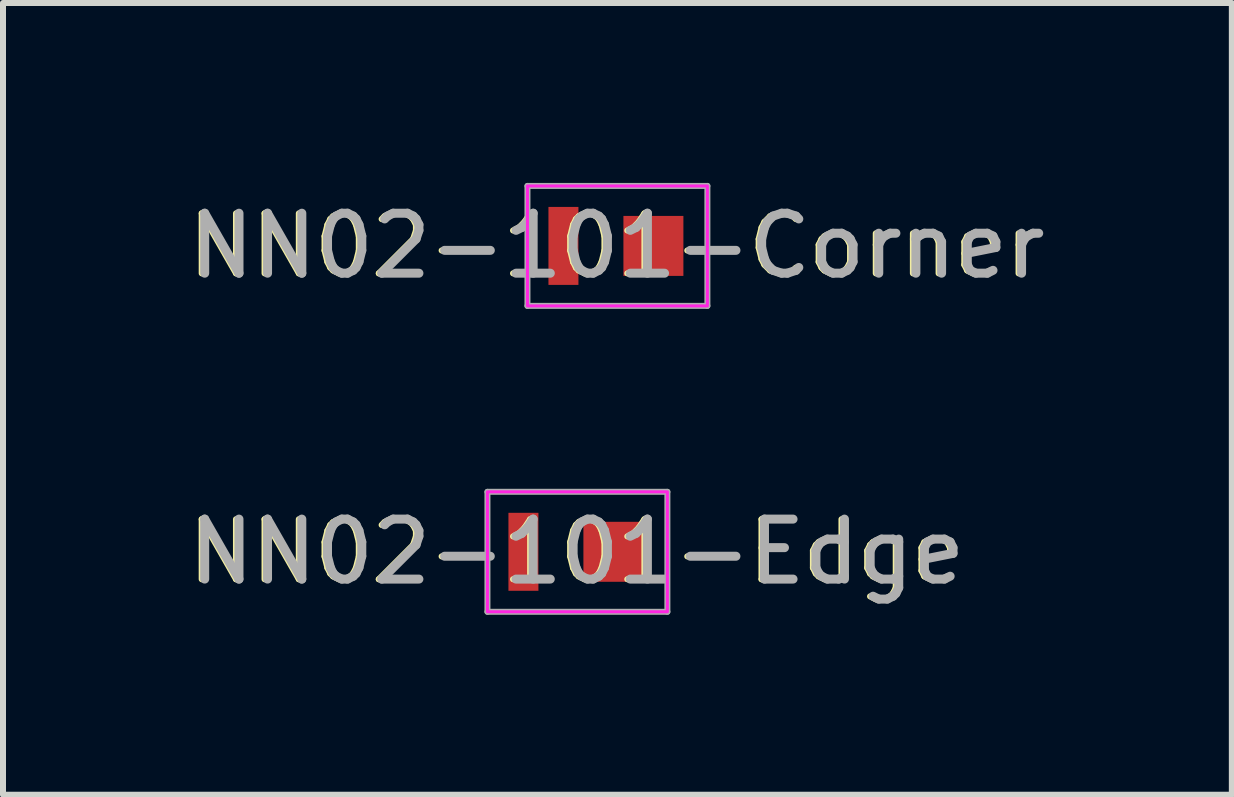
<source format=kicad_pcb>
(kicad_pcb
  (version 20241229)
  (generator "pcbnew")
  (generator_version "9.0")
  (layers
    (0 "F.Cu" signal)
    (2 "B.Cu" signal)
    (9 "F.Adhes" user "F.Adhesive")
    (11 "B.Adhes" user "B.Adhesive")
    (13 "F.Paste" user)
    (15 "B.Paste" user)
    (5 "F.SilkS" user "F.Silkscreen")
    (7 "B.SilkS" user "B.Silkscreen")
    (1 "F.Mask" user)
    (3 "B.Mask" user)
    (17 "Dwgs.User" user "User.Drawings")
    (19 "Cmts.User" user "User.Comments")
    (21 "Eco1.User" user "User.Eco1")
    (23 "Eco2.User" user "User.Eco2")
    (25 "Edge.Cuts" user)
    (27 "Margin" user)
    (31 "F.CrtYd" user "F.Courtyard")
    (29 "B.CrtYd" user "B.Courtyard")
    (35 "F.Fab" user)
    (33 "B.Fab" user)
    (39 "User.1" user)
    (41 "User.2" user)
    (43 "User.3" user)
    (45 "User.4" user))
  (footprint "NN02-101-Corner"
    (layer "F.Cu")
    (at 7.244 1.05)
    (property "Reference" "NN02-101-Corner" (at -0.05 0 0) (unlocked yes) (layer "F.SilkS") (effects (font (size 1 1) (thickness 0.1))))
    (attr smd)
    (fp_rect (start -1.5 -1) (end 1.5 1) (stroke (width 0.05) (type default)) (fill no) (layer "F.CrtYd"))
    (fp_line (start -1.5 1) (end -1.5 -1) (stroke (width 0.1) (type solid)) (layer "F.Fab"))
    (fp_line (start 1.5 -1) (end -1.5 -1) (stroke (width 0.1) (type solid)) (layer "F.Fab"))
    (fp_line (start 1.5 1) (end -1.5 1) (stroke (width 0.1) (type solid)) (layer "F.Fab"))
    (fp_line (start 1.5 1) (end 1.5 -1) (stroke (width 0.1) (type solid)) (layer "F.Fab"))
    (fp_text user "${REFERENCE}" (at 0 0 0) (unlocked yes) (layer "F.Fab") (effects (font (size 1 1) (thickness 0.15))))
    (pad "1" smd rect (at 0.6 0) (size 1 1) (layers "F.Cu" "F.Mask" "F.Paste"))
    (pad "2" smd rect (at -0.9 0) (size 0.5 1.3) (layers "F.Cu" "F.Mask" "F.Paste"))
    (zone (net_name "") (layer "F.Cu") (hatch full 0.508) (connect_pads) (min_thickness 0.01) (filled_areas_thickness no) (keepout (tracks not_allowed) (vias not_allowed) (pads not_allowed) (copperpour not_allowed) (footprints allowed)) (placement (enabled no)) (fill) (polygon (pts (xy 6.594 2.05) (xy 6.094 2.05) (xy 6.094 1.7) (xy 6.594 1.7))))
    (zone (net_name "") (layer "F.Cu") (hatch full 0.508) (connect_pads) (min_thickness 0.01) (filled_areas_thickness no) (keepout (tracks not_allowed) (vias not_allowed) (pads not_allowed) (copperpour not_allowed) (footprints allowed)) (placement (enabled no)) (fill) (polygon (pts (xy 8.344 0.05) (xy 8.344 2.05) (xy 8.744 2.05) (xy 8.744 0.05))))
    (zone (net_name "") (layer "F.Cu") (hatch full 0.508) (connect_pads) (min_thickness 0.01) (filled_areas_thickness no) (keepout (tracks not_allowed) (vias not_allowed) (pads not_allowed) (copperpour not_allowed) (footprints allowed)) (placement (enabled no)) (fill) (polygon (pts (xy 6.094 2.05) (xy 5.744 2.05) (xy 5.744 0.05) (xy 7.344 0.05) (xy 7.344 2.05) (xy 6.594 2.05) (xy 6.594 0.4) (xy 6.094 0.4))))
    (zone (net_name "") (layers "F.Cu" "B.Cu") (hatch full 0.508) (connect_pads) (min_thickness 0.01) (filled_areas_thickness no) (keepout (tracks allowed) (vias not_allowed) (pads allowed) (copperpour allowed) (footprints allowed)) (placement (enabled no)) (fill) (polygon (pts (xy 6.594 2.05) (xy 6.094 2.05) (xy 6.094 1.7) (xy 6.594 1.7))))
    (zone (net_name "") (layers "F.Cu" "B.Cu") (hatch full 0.508) (connect_pads) (min_thickness 0.01) (filled_areas_thickness no) (keepout (tracks allowed) (vias not_allowed) (pads allowed) (copperpour allowed) (footprints allowed)) (placement (enabled no)) (fill) (polygon (pts (xy 8.344 0.05) (xy 8.344 2.05) (xy 8.744 2.05) (xy 8.744 0.05))))
    (zone (net_name "") (layers "F.Cu" "B.Cu") (hatch full 0.508) (connect_pads) (min_thickness 0.01) (filled_areas_thickness no) (keepout (tracks allowed) (vias not_allowed) (pads allowed) (copperpour allowed) (footprints allowed)) (placement (enabled no)) (fill) (polygon (pts (xy 6.094 2.05) (xy 5.744 2.05) (xy 5.744 0.05) (xy 7.344 0.05) (xy 7.344 2.05) (xy 6.594 2.05) (xy 6.594 0.4) (xy 6.094 0.4)))))
  (footprint "NN02-101-Edge"
    (layer "F.Cu")
    (at 6.577 6.15)
    (property "Reference" "NN02-101-Edge" (at -0.05 0 0) (unlocked yes) (layer "F.SilkS") (effects (font (size 1 1) (thickness 0.1))))
    (attr smd)
    (fp_rect (start -1.5 -1) (end 1.5 1) (stroke (width 0.05) (type default)) (fill no) (layer "F.CrtYd"))
    (fp_line (start -1.5 1) (end -1.5 -1) (stroke (width 0.1) (type solid)) (layer "F.Fab"))
    (fp_line (start 1.5 -1) (end -1.5 -1) (stroke (width 0.1) (type solid)) (layer "F.Fab"))
    (fp_line (start 1.5 1) (end -1.5 1) (stroke (width 0.1) (type solid)) (layer "F.Fab"))
    (fp_line (start 1.5 1) (end 1.5 -1) (stroke (width 0.1) (type solid)) (layer "F.Fab"))
    (fp_text user "${REFERENCE}" (at 0 0 0) (unlocked yes) (layer "F.Fab") (effects (font (size 1 1) (thickness 0.15))))
    (pad "1" smd rect (at -0.9 0) (size 0.5 1.3) (layers "F.Cu" "F.Mask" "F.Paste"))
    (pad "2" smd rect (at 0.6 0) (size 1 1) (layers "F.Cu" "F.Mask" "F.Paste"))
    (zone (net_name "") (layer "F.Cu") (hatch full 0.508) (connect_pads) (min_thickness 0.01) (filled_areas_thickness no) (keepout (tracks not_allowed) (vias not_allowed) (pads not_allowed) (copperpour not_allowed) (footprints allowed)) (placement (enabled no)) (fill) (polygon (pts (xy 5.927 7.15) (xy 5.427 7.15) (xy 5.427 6.8) (xy 5.927 6.8))))
    (zone (net_name "") (layer "F.Cu") (hatch full 0.508) (connect_pads) (min_thickness 0.01) (filled_areas_thickness no) (keepout (tracks not_allowed) (vias not_allowed) (pads not_allowed) (copperpour not_allowed) (footprints allowed)) (placement (enabled no)) (fill) (polygon (pts (xy 7.677 5.15) (xy 7.677 7.15) (xy 8.077 7.15) (xy 8.077 5.15))))
    (zone (net_name "") (layer "F.Cu") (hatch full 0.508) (connect_pads) (min_thickness 0.01) (filled_areas_thickness no) (keepout (tracks not_allowed) (vias not_allowed) (pads not_allowed) (copperpour not_allowed) (footprints allowed)) (placement (enabled no)) (fill) (polygon (pts (xy 5.427 7.15) (xy 5.077 7.15) (xy 5.077 5.15) (xy 6.677 5.15) (xy 6.677 7.15) (xy 5.927 7.15) (xy 5.927 5.5) (xy 5.427 5.5))))
    (zone (net_name "") (layers "F.Cu" "B.Cu") (hatch full 0.508) (connect_pads) (min_thickness 0.01) (filled_areas_thickness no) (keepout (tracks allowed) (vias not_allowed) (pads allowed) (copperpour allowed) (footprints allowed)) (placement (enabled no)) (fill) (polygon (pts (xy 5.927 7.15) (xy 5.427 7.15) (xy 5.427 6.8) (xy 5.927 6.8))))
    (zone (net_name "") (layers "F.Cu" "B.Cu") (hatch full 0.508) (connect_pads) (min_thickness 0.01) (filled_areas_thickness no) (keepout (tracks allowed) (vias not_allowed) (pads allowed) (copperpour allowed) (footprints allowed)) (placement (enabled no)) (fill) (polygon (pts (xy 7.677 5.15) (xy 7.677 7.15) (xy 8.077 7.15) (xy 8.077 5.15))))
    (zone (net_name "") (layers "F.Cu" "B.Cu") (hatch full 0.508) (connect_pads) (min_thickness 0.01) (filled_areas_thickness no) (keepout (tracks allowed) (vias not_allowed) (pads allowed) (copperpour allowed) (footprints allowed)) (placement (enabled no)) (fill) (polygon (pts (xy 5.427 7.15) (xy 5.077 7.15) (xy 5.077 5.15) (xy 6.677 5.15) (xy 6.677 7.15) (xy 5.927 7.15) (xy 5.927 5.5) (xy 5.427 5.5)))))
  (gr_rect
    (start -3 -3)
    (end 17.488 10.2)
    (stroke (width 0.1) (type default))
    (fill no)
    (layer "Edge.Cuts")))
</source>
